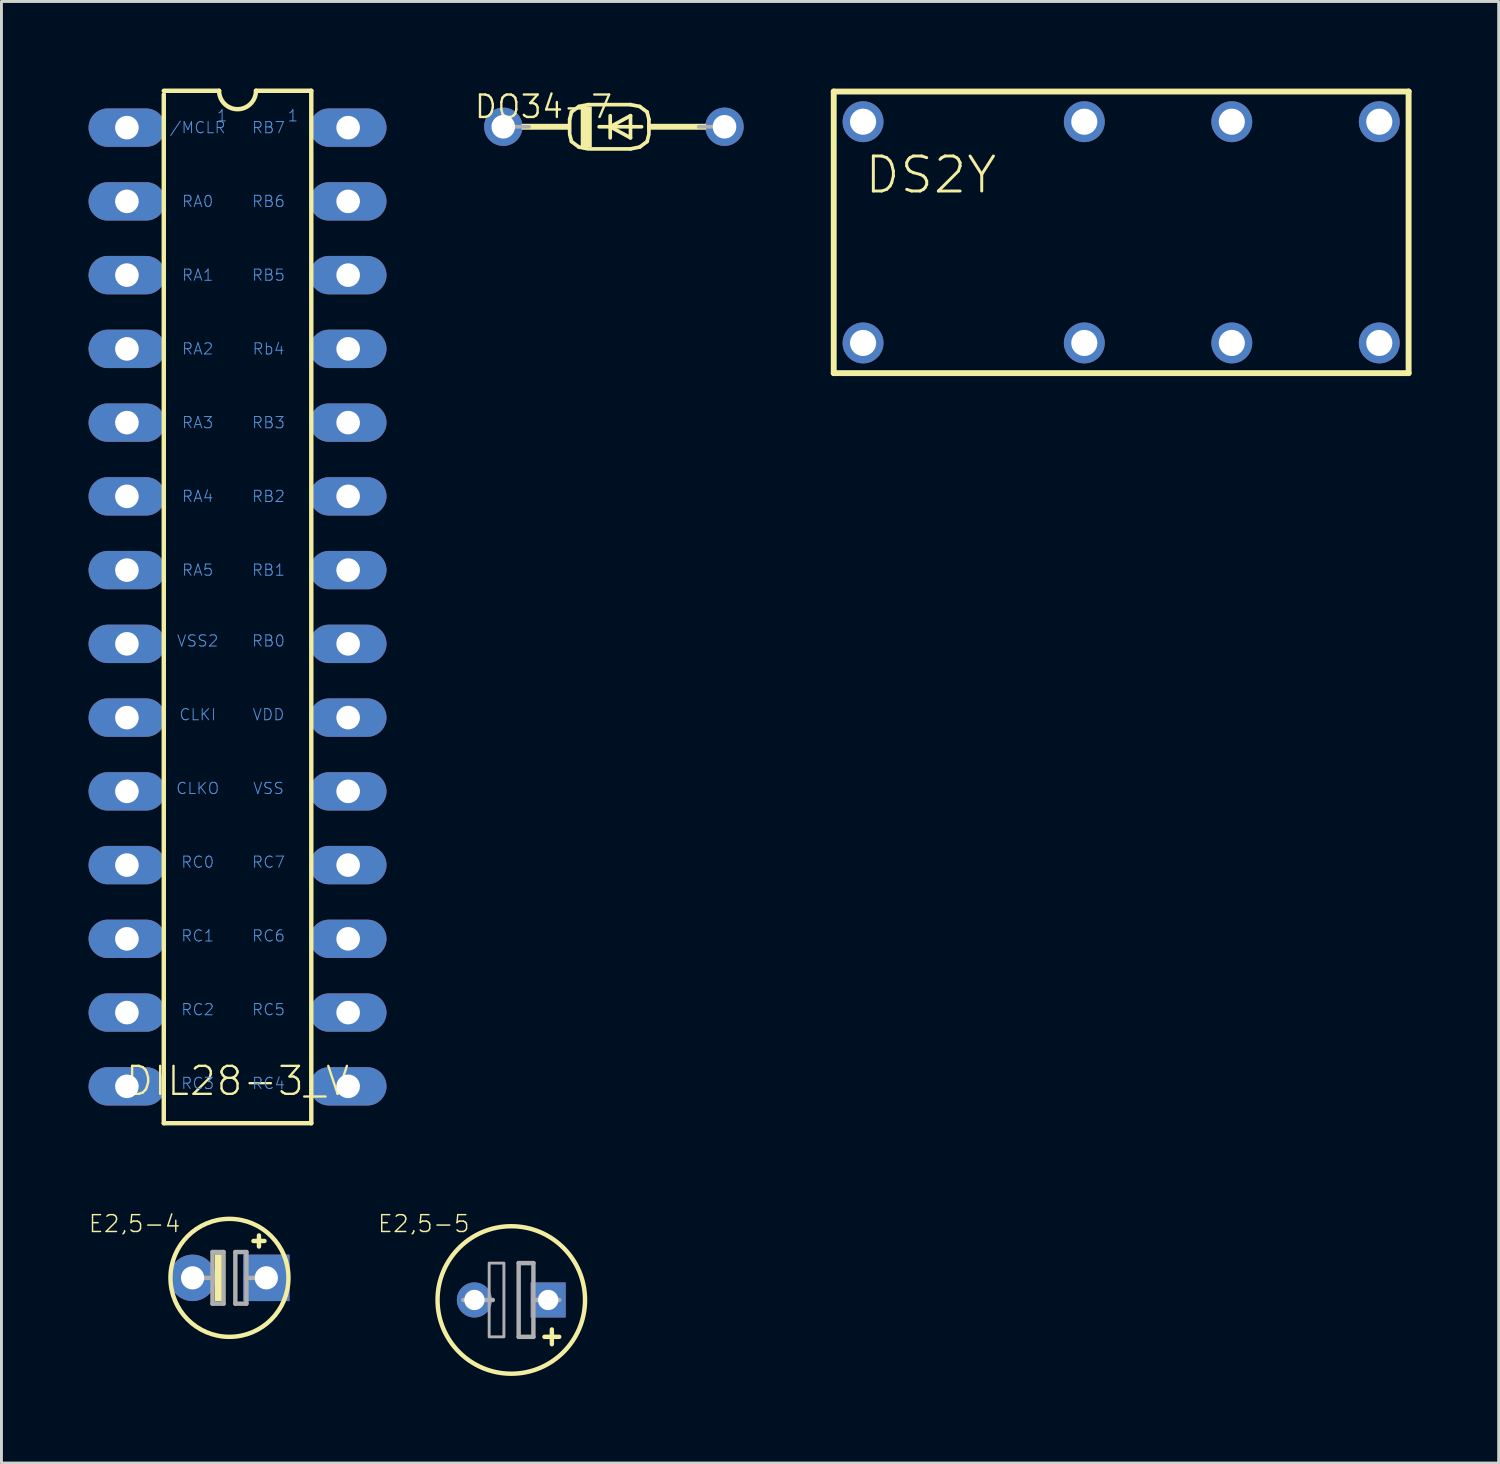
<source format=kicad_pcb>
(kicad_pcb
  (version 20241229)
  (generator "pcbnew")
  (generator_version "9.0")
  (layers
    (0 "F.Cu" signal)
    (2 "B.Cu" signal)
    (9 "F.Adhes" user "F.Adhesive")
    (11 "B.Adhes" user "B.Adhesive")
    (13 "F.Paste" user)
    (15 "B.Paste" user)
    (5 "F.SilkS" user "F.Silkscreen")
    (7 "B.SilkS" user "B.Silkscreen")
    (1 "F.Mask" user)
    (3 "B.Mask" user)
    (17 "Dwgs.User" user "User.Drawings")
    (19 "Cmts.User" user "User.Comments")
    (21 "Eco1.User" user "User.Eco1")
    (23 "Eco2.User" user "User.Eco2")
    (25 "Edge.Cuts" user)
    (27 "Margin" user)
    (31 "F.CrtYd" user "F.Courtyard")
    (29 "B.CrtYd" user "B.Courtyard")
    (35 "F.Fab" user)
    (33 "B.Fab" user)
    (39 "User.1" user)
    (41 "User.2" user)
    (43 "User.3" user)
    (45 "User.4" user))
  (footprint "E2,5-4"
    (layer "F.Cu")
    (at 4.853 40.962)
    (property "Reference" "E2,5-4" (at -1.651 -1.524 0) (layer "F.SilkS") (effects (font (size 0.579 0.579) (thickness 0.049)) (justify right bottom)))
    (attr through_hole)
    (fp_line (start 1.016 -1.46) (end 1.016 -1.27) (stroke (width 0.152) (type solid)) (layer "F.SilkS"))
    (fp_line (start 1.016 -1.27) (end 0.826 -1.27) (stroke (width 0.152) (type solid)) (layer "F.SilkS"))
    (fp_line (start 1.016 -1.27) (end 1.016 -1.079) (stroke (width 0.152) (type solid)) (layer "F.SilkS"))
    (fp_line (start 1.206 -1.27) (end 1.016 -1.27) (stroke (width 0.152) (type solid)) (layer "F.SilkS"))
    (fp_circle (center 0 0) (end 2.032 0) (stroke (width 0.152) (type solid)) (fill no) (layer "F.SilkS"))
    (fp_poly (pts (xy -0.508 0.813) (xy -0.254 0.813) (xy -0.254 -0.813) (xy -0.508 -0.813)) (stroke (width 0) (type solid)) (fill yes) (layer "F.SilkS"))
    (fp_line (start -1.27 0) (end -0.584 0) (stroke (width 0.152) (type solid)) (layer "F.Fab"))
    (fp_line (start -0.584 -0.889) (end -0.584 0) (stroke (width 0.152) (type solid)) (layer "F.Fab"))
    (fp_line (start -0.584 0) (end -0.584 0.889) (stroke (width 0.152) (type solid)) (layer "F.Fab"))
    (fp_line (start -0.584 0.889) (end -0.203 0.889) (stroke (width 0.152) (type solid)) (layer "F.Fab"))
    (fp_line (start -0.203 -0.889) (end -0.584 -0.889) (stroke (width 0.152) (type solid)) (layer "F.Fab"))
    (fp_line (start -0.203 0.889) (end -0.203 -0.889) (stroke (width 0.152) (type solid)) (layer "F.Fab"))
    (fp_line (start 0.203 -0.889) (end 0.203 0.889) (stroke (width 0.152) (type solid)) (layer "F.Fab"))
    (fp_line (start 0.203 0.889) (end 0.584 0.889) (stroke (width 0.152) (type solid)) (layer "F.Fab"))
    (fp_line (start 0.584 -0.889) (end 0.203 -0.889) (stroke (width 0.152) (type solid)) (layer "F.Fab"))
    (fp_line (start 0.584 0) (end 0.584 -0.889) (stroke (width 0.152) (type solid)) (layer "F.Fab"))
    (fp_line (start 0.584 0.889) (end 0.584 0) (stroke (width 0.152) (type solid)) (layer "F.Fab"))
    (fp_line (start 1.27 0) (end 0.584 0) (stroke (width 0.152) (type solid)) (layer "F.Fab"))
    (pad "+" thru_hole rect (at 1.27 0 180) (size 1.6 1.6) (drill 0.8) (layers "*.Cu" "*.Mask"))
    (pad "-" thru_hole circle (at -1.27 0 180) (size 1.6 1.6) (drill 0.8) (layers "*.Cu" "*.Mask")))
  (footprint "DO34-7"
    (layer "F.Cu")
    (at 18.094 1.316)
    (property "Reference" "DO34-7" (at 0 -1.143 0) (layer "F.SilkS") (effects (font (size 0.772 0.772) (thickness 0.081)) (justify right top)))
    (attr through_hole)
    (fp_line (start -1.524 -0.254) (end -1.524 0.191) (stroke (width 0.127) (type solid)) (layer "F.SilkS"))
    (fp_line (start -1.46 -0.508) (end -1.524 -0.254) (stroke (width 0.127) (type solid)) (layer "F.SilkS"))
    (fp_line (start -1.46 0.508) (end -1.524 0.254) (stroke (width 0.127) (type solid)) (layer "F.SilkS"))
    (fp_line (start -1.206 -0.699) (end -1.46 -0.508) (stroke (width 0.127) (type solid)) (layer "F.SilkS"))
    (fp_line (start -1.206 0.699) (end -1.46 0.508) (stroke (width 0.127) (type solid)) (layer "F.SilkS"))
    (fp_line (start -0.889 -0.762) (end -1.206 -0.699) (stroke (width 0.127) (type solid)) (layer "F.SilkS"))
    (fp_line (start -0.889 0.762) (end -1.206 0.699) (stroke (width 0.127) (type solid)) (layer "F.SilkS"))
    (fp_line (start -0.826 0.762) (end 0.572 0.762) (stroke (width 0.127) (type solid)) (layer "F.SilkS"))
    (fp_line (start -0.508 0) (end -0.127 0) (stroke (width 0.127) (type solid)) (layer "F.SilkS"))
    (fp_line (start -0.127 -0.381) (end -0.127 0) (stroke (width 0.127) (type solid)) (layer "F.SilkS"))
    (fp_line (start -0.127 0) (end -0.127 0.381) (stroke (width 0.127) (type solid)) (layer "F.SilkS"))
    (fp_line (start -0.127 0) (end 0.572 -0.381) (stroke (width 0.127) (type solid)) (layer "F.SilkS"))
    (fp_line (start -0.127 0) (end 0.953 0) (stroke (width 0.127) (type solid)) (layer "F.SilkS"))
    (fp_line (start 0.572 -0.762) (end -0.889 -0.762) (stroke (width 0.127) (type solid)) (layer "F.SilkS"))
    (fp_line (start 0.572 -0.762) (end 0.889 -0.699) (stroke (width 0.127) (type solid)) (layer "F.SilkS"))
    (fp_line (start 0.572 -0.381) (end 0.572 0.381) (stroke (width 0.127) (type solid)) (layer "F.SilkS"))
    (fp_line (start 0.572 0.381) (end -0.127 0) (stroke (width 0.127) (type solid)) (layer "F.SilkS"))
    (fp_line (start 0.572 0.762) (end 0.889 0.699) (stroke (width 0.127) (type solid)) (layer "F.SilkS"))
    (fp_line (start 0.889 -0.699) (end 1.143 -0.508) (stroke (width 0.127) (type solid)) (layer "F.SilkS"))
    (fp_line (start 0.889 0.699) (end 1.143 0.508) (stroke (width 0.127) (type solid)) (layer "F.SilkS"))
    (fp_line (start 1.143 -0.508) (end 1.206 -0.254) (stroke (width 0.127) (type solid)) (layer "F.SilkS"))
    (fp_line (start 1.143 0.508) (end 1.206 0.254) (stroke (width 0.127) (type solid)) (layer "F.SilkS"))
    (fp_line (start 1.206 0.191) (end 1.206 -0.254) (stroke (width 0.127) (type solid)) (layer "F.SilkS"))
    (fp_poly (pts (xy -3.175 0.102) (xy -1.524 0.102) (xy -1.524 -0.102) (xy -3.175 -0.102)) (stroke (width 0) (type solid)) (fill yes) (layer "F.SilkS"))
    (fp_poly (pts (xy -1.143 0.699) (xy -0.762 0.699) (xy -0.762 -0.699) (xy -1.143 -0.699)) (stroke (width 0) (type solid)) (fill yes) (layer "F.SilkS"))
    (fp_poly (pts (xy 1.143 0.102) (xy 3.175 0.102) (xy 3.175 -0.102) (xy 1.143 -0.102)) (stroke (width 0) (type solid)) (fill yes) (layer "F.SilkS"))
    (fp_line (start -3.81 0) (end -2.921 0) (stroke (width 0.127) (type solid)) (layer "F.Fab"))
    (fp_line (start 3.81 0) (end 2.921 0) (stroke (width 0.127) (type solid)) (layer "F.Fab"))
    (pad "A" thru_hole circle (at 3.81 0) (size 1.321 1.321) (drill 0.813) (layers "*.Cu" "*.Mask"))
    (pad "C" thru_hole circle (at -3.81 0) (size 1.321 1.321) (drill 0.813) (layers "*.Cu" "*.Mask")))
  (footprint "DS2Y"
    (layer "F.Cu")
    (at 35.566 4.952)
    (property "Reference" "DS2Y" (at -8.89 -1.27 0) (layer "F.SilkS") (effects (font (size 1.206 1.206) (thickness 0.102)) (justify left bottom)))
    (attr through_hole)
    (fp_line (start -9.9 -4.85) (end 9.9 -4.85) (stroke (width 0.203) (type solid)) (layer "F.SilkS"))
    (fp_line (start -9.9 4.85) (end -9.9 -4.85) (stroke (width 0.203) (type solid)) (layer "F.SilkS"))
    (fp_line (start 9.9 -4.85) (end 9.9 4.85) (stroke (width 0.203) (type solid)) (layer "F.SilkS"))
    (fp_line (start 9.9 4.85) (end -9.9 4.85) (stroke (width 0.203) (type solid)) (layer "F.SilkS"))
    (pad "1" thru_hole circle (at -8.89 3.81) (size 1.408 1.408) (drill 0.9) (layers "*.Cu" "*.Mask"))
    (pad "4" thru_hole circle (at -1.27 3.81) (size 1.408 1.408) (drill 0.9) (layers "*.Cu" "*.Mask"))
    (pad "6" thru_hole circle (at 3.81 3.81) (size 1.408 1.408) (drill 0.9) (layers "*.Cu" "*.Mask"))
    (pad "8" thru_hole circle (at 8.89 3.81) (size 1.408 1.408) (drill 0.9) (layers "*.Cu" "*.Mask"))
    (pad "9" thru_hole circle (at 8.89 -3.81) (size 1.408 1.408) (drill 0.9) (layers "*.Cu" "*.Mask"))
    (pad "11" thru_hole circle (at 3.81 -3.81) (size 1.408 1.408) (drill 0.9) (layers "*.Cu" "*.Mask"))
    (pad "13" thru_hole circle (at -1.27 -3.81) (size 1.408 1.408) (drill 0.9) (layers "*.Cu" "*.Mask"))
    (pad "16" thru_hole circle (at -8.89 -3.81) (size 1.408 1.408) (drill 0.9) (layers "*.Cu" "*.Mask")))
  (footprint "E2,5-5"
    (layer "F.Cu")
    (at 14.56 41.724)
    (property "Reference" "E2,5-5" (at -1.397 -2.286 0) (layer "F.SilkS") (effects (font (size 0.579 0.579) (thickness 0.049)) (justify right bottom)))
    (attr through_hole)
    (fp_line (start 1.397 1.016) (end 1.397 1.27) (stroke (width 0.152) (type solid)) (layer "F.SilkS"))
    (fp_line (start 1.397 1.27) (end 1.143 1.27) (stroke (width 0.152) (type solid)) (layer "F.SilkS"))
    (fp_line (start 1.397 1.27) (end 1.397 1.524) (stroke (width 0.152) (type solid)) (layer "F.SilkS"))
    (fp_line (start 1.651 1.27) (end 1.397 1.27) (stroke (width 0.152) (type solid)) (layer "F.SilkS"))
    (fp_circle (center 0 0) (end 2.54 0) (stroke (width 0.152) (type solid)) (fill no) (layer "F.SilkS"))
    (fp_line (start -0.635 0) (end -1.651 0) (stroke (width 0.152) (type solid)) (layer "F.Fab"))
    (fp_line (start 0.254 -1.27) (end 0.254 1.27) (stroke (width 0.152) (type solid)) (layer "F.Fab"))
    (fp_line (start 0.254 1.27) (end 0.762 1.27) (stroke (width 0.152) (type solid)) (layer "F.Fab"))
    (fp_line (start 0.762 -1.27) (end 0.254 -1.27) (stroke (width 0.152) (type solid)) (layer "F.Fab"))
    (fp_line (start 0.762 0) (end 0.762 -1.27) (stroke (width 0.152) (type solid)) (layer "F.Fab"))
    (fp_line (start 0.762 1.27) (end 0.762 0) (stroke (width 0.152) (type solid)) (layer "F.Fab"))
    (fp_line (start 1.651 0) (end 0.762 0) (stroke (width 0.152) (type solid)) (layer "F.Fab"))
    (fp_poly (pts (xy -0.254 -1.27) (xy -0.762 -1.27) (xy -0.762 1.27) (xy -0.254 1.27)) (stroke (width 0.1) (type solid)) (fill no) (layer "F.Fab"))
    (pad "+" thru_hole rect (at 1.27 0 180) (size 1.208 1.208) (drill 0.7) (layers "*.Cu" "*.Mask"))
    (pad "-" thru_hole circle (at -1.27 0 180) (size 1.208 1.208) (drill 0.7) (layers "*.Cu" "*.Mask")))
  (footprint "DIL28-3_V"
    (layer "F.Cu")
    (at 5.131 17.856)
    (property "Reference" "DIL28-3_V" (at 0 16.891 0) (layer "F.SilkS") (effects (font (size 0.965 0.965) (thickness 0.081)) (justify bottom)))
    (attr through_hole)
    (fp_line (start -2.54 -17.653) (end -2.54 17.78) (stroke (width 0.152) (type solid)) (layer "F.SilkS"))
    (fp_line (start -2.54 17.78) (end 2.54 17.78) (stroke (width 0.152) (type solid)) (layer "F.SilkS"))
    (fp_line (start -0.635 -17.78) (end -2.54 -17.78) (stroke (width 0.152) (type solid)) (layer "F.SilkS"))
    (fp_line (start 2.54 -17.78) (end 0.635 -17.78) (stroke (width 0.152) (type solid)) (layer "F.SilkS"))
    (fp_line (start 2.54 -17.78) (end 2.54 17.78) (stroke (width 0.152) (type solid)) (layer "F.SilkS"))
    (fp_arc (start 0.635 -17.78) (mid 0 -17.145) (end -0.635 -17.78) (stroke (width 0.1524) (type solid)) (layer "F.SilkS"))
    (fp_text user "/MCLR" (at -1.372 -16.51 0) (layer "Cmts.User") (effects (font (size 0.386 0.386) (thickness 0.033))))
    (fp_text user "RB7" (at 1.067 -16.51 0) (layer "Cmts.User") (effects (font (size 0.386 0.386) (thickness 0.033))))
    (fp_text user "RA0" (at -1.372 -13.97 0) (layer "Cmts.User") (effects (font (size 0.386 0.386) (thickness 0.033))))
    (fp_text user "RA4" (at -1.372 -3.81 0) (layer "Cmts.User") (effects (font (size 0.386 0.386) (thickness 0.033))))
    (fp_text user "RA2" (at -1.372 -8.89 0) (layer "Cmts.User") (effects (font (size 0.386 0.386) (thickness 0.033))))
    (fp_text user "RA5" (at -1.372 -1.27 0) (layer "Cmts.User") (effects (font (size 0.386 0.386) (thickness 0.033))))
    (fp_text user "RB3" (at 1.067 -6.35 0) (layer "Cmts.User") (effects (font (size 0.386 0.386) (thickness 0.033))))
    (fp_text user "1" (at -0.737 -17.145 0) (layer "Cmts.User") (effects (font (size 0.386 0.386) (thickness 0.033)) (justify left top)))
    (fp_text user "VSS" (at 1.067 6.248 0) (layer "Cmts.User") (effects (font (size 0.386 0.386) (thickness 0.033))))
    (fp_text user "RC7" (at 1.067 8.788 0) (layer "Cmts.User") (effects (font (size 0.386 0.386) (thickness 0.033))))
    (fp_text user "CLKO" (at -1.372 6.248 0) (layer "Cmts.User") (effects (font (size 0.386 0.386) (thickness 0.033))))
    (fp_text user "CLKI" (at -1.372 3.708 0) (layer "Cmts.User") (effects (font (size 0.386 0.386) (thickness 0.033))))
    (fp_text user "RB5" (at 1.067 -11.43 0) (layer "Cmts.User") (effects (font (size 0.386 0.386) (thickness 0.033))))
    (fp_text user "RB2" (at 1.067 -3.81 0) (layer "Cmts.User") (effects (font (size 0.386 0.386) (thickness 0.033))))
    (fp_text user "RB6" (at 1.067 -13.97 0) (layer "Cmts.User") (effects (font (size 0.386 0.386) (thickness 0.033))))
    (fp_text user "VSS2" (at -1.372 1.168 0) (layer "Cmts.User") (effects (font (size 0.386 0.386) (thickness 0.033))))
    (fp_text user "RC6" (at 1.067 11.328 0) (layer "Cmts.User") (effects (font (size 0.386 0.386) (thickness 0.033))))
    (fp_text user "RB1" (at 1.067 -1.27 0) (layer "Cmts.User") (effects (font (size 0.386 0.386) (thickness 0.033))))
    (fp_text user "RC2" (at -1.372 13.868 0) (layer "Cmts.User") (effects (font (size 0.386 0.386) (thickness 0.033))))
    (fp_text user "1" (at 1.702 -17.145 0) (layer "Cmts.User") (effects (font (size 0.386 0.386) (thickness 0.033)) (justify left top)))
    (fp_text user "RA1" (at -1.372 -11.43 0) (layer "Cmts.User") (effects (font (size 0.386 0.386) (thickness 0.033))))
    (fp_text user "RC0" (at -1.372 8.788 0) (layer "Cmts.User") (effects (font (size 0.386 0.386) (thickness 0.033))))
    (fp_text user "RC5" (at 1.067 13.868 0) (layer "Cmts.User") (effects (font (size 0.386 0.386) (thickness 0.033))))
    (fp_text user "RB0" (at 1.067 1.168 0) (layer "Cmts.User") (effects (font (size 0.386 0.386) (thickness 0.033))))
    (fp_text user "RA3" (at -1.372 -6.35 0) (layer "Cmts.User") (effects (font (size 0.386 0.386) (thickness 0.033))))
    (fp_text user "RC3" (at -1.372 16.408 0) (layer "Cmts.User") (effects (font (size 0.386 0.386) (thickness 0.033))))
    (fp_text user "RC1" (at -1.372 11.328 0) (layer "Cmts.User") (effects (font (size 0.386 0.386) (thickness 0.033))))
    (fp_text user "RC4" (at 1.067 16.408 0) (layer "Cmts.User") (effects (font (size 0.386 0.386) (thickness 0.033))))
    (fp_text user "Rb4" (at 1.067 -8.89 0) (layer "Cmts.User") (effects (font (size 0.386 0.386) (thickness 0.033))))
    (fp_text user "VDD" (at 1.067 3.708 0) (layer "Cmts.User") (effects (font (size 0.386 0.386) (thickness 0.033))))
    (pad "1" thru_hole oval (at -3.81 -16.51) (size 2.642 1.321) (drill 0.813) (layers "*.Cu" "*.Mask"))
    (pad "2" thru_hole oval (at -3.81 -13.97) (size 2.642 1.321) (drill 0.813) (layers "*.Cu" "*.Mask"))
    (pad "3" thru_hole oval (at -3.81 -11.43) (size 2.642 1.321) (drill 0.813) (layers "*.Cu" "*.Mask"))
    (pad "4" thru_hole oval (at -3.81 -8.89) (size 2.642 1.321) (drill 0.813) (layers "*.Cu" "*.Mask"))
    (pad "5" thru_hole oval (at -3.81 -6.35) (size 2.642 1.321) (drill 0.813) (layers "*.Cu" "*.Mask"))
    (pad "6" thru_hole oval (at -3.81 -3.81 180) (size 2.642 1.321) (drill 0.813) (layers "*.Cu" "*.Mask"))
    (pad "7" thru_hole oval (at -3.81 -1.27) (size 2.642 1.321) (drill 0.813) (layers "*.Cu" "*.Mask"))
    (pad "8" thru_hole oval (at -3.81 1.27) (size 2.642 1.321) (drill 0.813) (layers "*.Cu" "*.Mask"))
    (pad "9" thru_hole oval (at -3.81 3.81) (size 2.642 1.321) (drill 0.813) (layers "*.Cu" "*.Mask"))
    (pad "10" thru_hole oval (at -3.81 6.35) (size 2.642 1.321) (drill 0.813) (layers "*.Cu" "*.Mask"))
    (pad "11" thru_hole oval (at -3.81 8.89) (size 2.642 1.321) (drill 0.813) (layers "*.Cu" "*.Mask"))
    (pad "12" thru_hole oval (at -3.81 11.43) (size 2.642 1.321) (drill 0.813) (layers "*.Cu" "*.Mask"))
    (pad "13" thru_hole oval (at -3.81 13.97) (size 2.642 1.321) (drill 0.813) (layers "*.Cu" "*.Mask"))
    (pad "14" thru_hole oval (at -3.81 16.51) (size 2.642 1.321) (drill 0.813) (layers "*.Cu" "*.Mask"))
    (pad "15" thru_hole oval (at 3.81 16.51) (size 2.642 1.321) (drill 0.813) (layers "*.Cu" "*.Mask"))
    (pad "16" thru_hole oval (at 3.81 13.97) (size 2.642 1.321) (drill 0.813) (layers "*.Cu" "*.Mask"))
    (pad "17" thru_hole oval (at 3.81 11.43) (size 2.642 1.321) (drill 0.813) (layers "*.Cu" "*.Mask"))
    (pad "18" thru_hole oval (at 3.81 8.89) (size 2.642 1.321) (drill 0.813) (layers "*.Cu" "*.Mask"))
    (pad "19" thru_hole oval (at 3.81 6.35) (size 2.642 1.321) (drill 0.813) (layers "*.Cu" "*.Mask"))
    (pad "20" thru_hole oval (at 3.81 3.81) (size 2.642 1.321) (drill 0.813) (layers "*.Cu" "*.Mask"))
    (pad "21" thru_hole oval (at 3.81 1.27) (size 2.642 1.321) (drill 0.813) (layers "*.Cu" "*.Mask"))
    (pad "22" thru_hole oval (at 3.81 -1.27) (size 2.642 1.321) (drill 0.813) (layers "*.Cu" "*.Mask"))
    (pad "23" thru_hole oval (at 3.81 -3.81) (size 2.642 1.321) (drill 0.813) (layers "*.Cu" "*.Mask"))
    (pad "24" thru_hole oval (at 3.81 -6.35) (size 2.642 1.321) (drill 0.813) (layers "*.Cu" "*.Mask"))
    (pad "25" thru_hole oval (at 3.81 -8.89) (size 2.642 1.321) (drill 0.813) (layers "*.Cu" "*.Mask"))
    (pad "26" thru_hole oval (at 3.81 -11.43) (size 2.642 1.321) (drill 0.813) (layers "*.Cu" "*.Mask"))
    (pad "27" thru_hole oval (at 3.81 -13.97) (size 2.642 1.321) (drill 0.813) (layers "*.Cu" "*.Mask"))
    (pad "28" thru_hole oval (at 3.81 -16.51) (size 2.642 1.321) (drill 0.813) (layers "*.Cu" "*.Mask")))
  (gr_rect
    (start -3 -3)
    (end 48.568 47.34)
    (stroke (width 0.1) (type default))
    (fill no)
    (layer "Edge.Cuts")))
</source>
